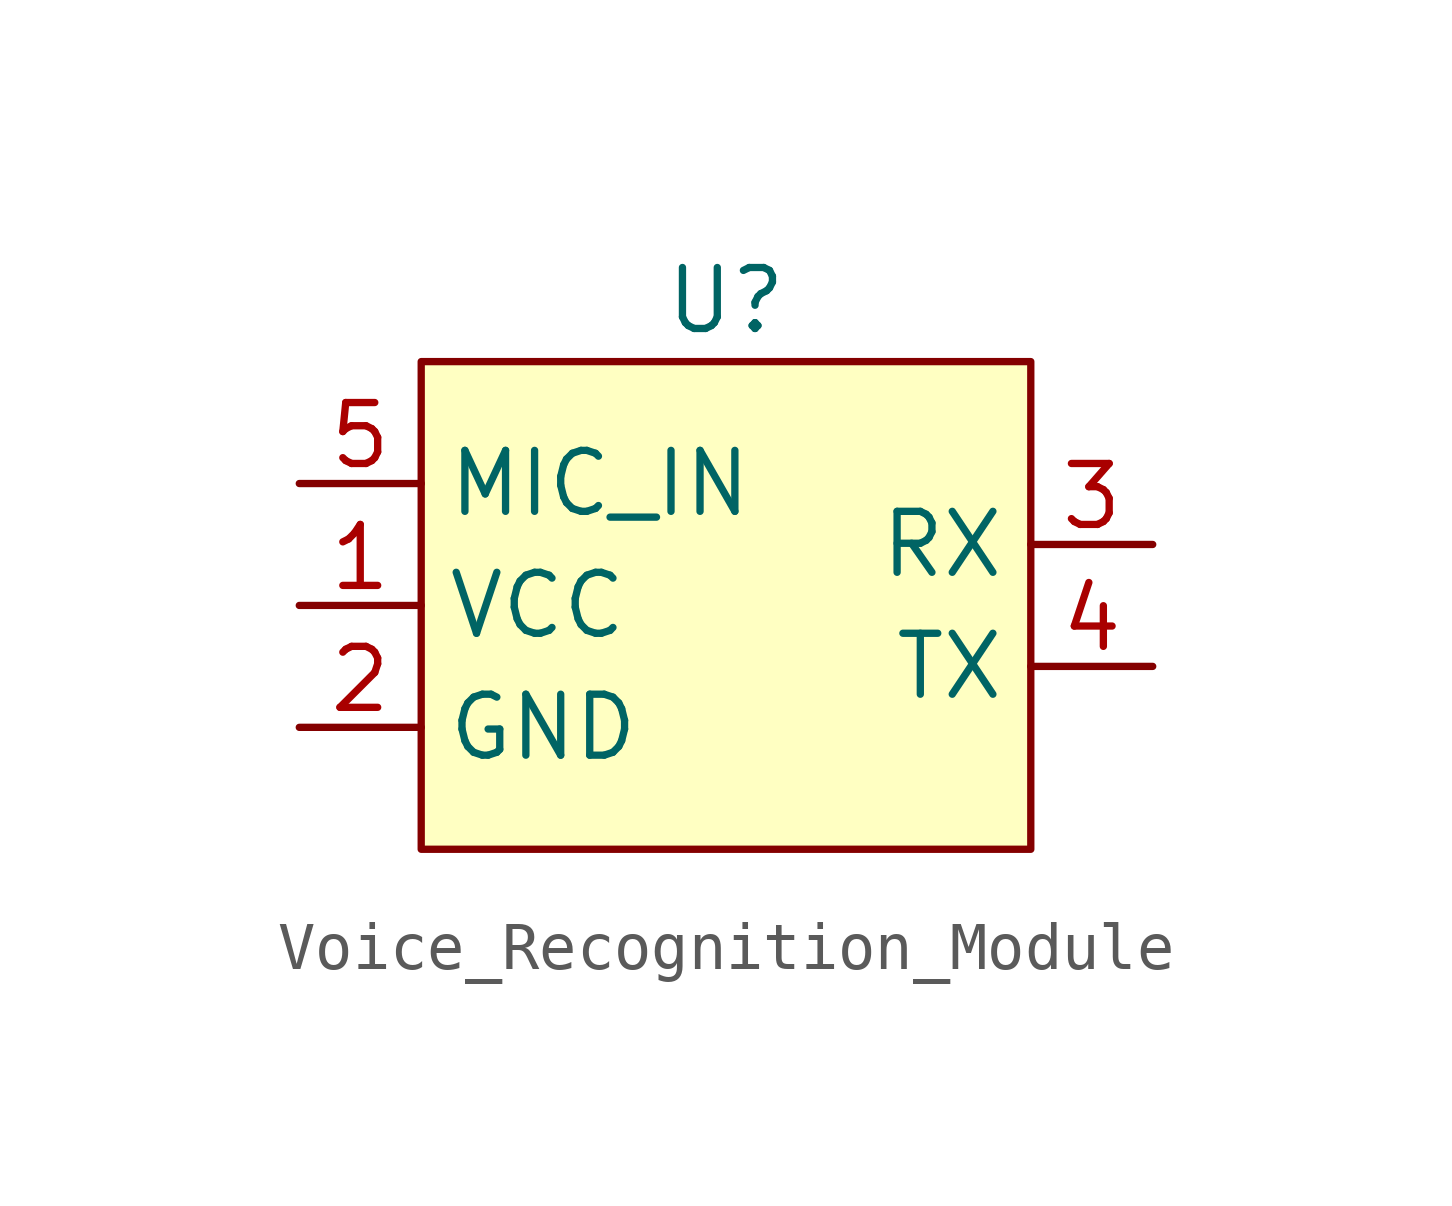
<source format=kicad_sym>
(kicad_symbol_lib
  (version 20220914)
  (generator kicad_symbol_editor)
  (symbol "Voice_Recognition_Module"
    (property "Reference" "U"
      (at 0 6.35 0)
      (effects (font (size 1.27 1.27))))
    (property "Value" ""
      (at 0 0 0)
      (effects (font (size 1.27 1.27))))
    (symbol "Voice_Recognition_Module_1_1"
      (rectangle (start -6.35 5.08) (end 6.35 -5.08) (stroke (width 0) (type default)) (fill (type background)))
      (pin power_in line (at -8.89 0 0) (length 2.54) (name "VCC" (effects (font (size 1.27 1.27)))) (number "1" (effects (font (size 1.27 1.27)))))
      (pin power_in line (at -8.89 -2.54 0) (length 2.54) (name "GND" (effects (font (size 1.27 1.27)))) (number "2" (effects (font (size 1.27 1.27)))))
      (pin input line (at 8.89 1.27 180) (length 2.54) (name "RX" (effects (font (size 1.27 1.27)))) (number "3" (effects (font (size 1.27 1.27)))))
      (pin output line (at 8.89 -1.27 180) (length 2.54) (name "TX" (effects (font (size 1.27 1.27)))) (number "4" (effects (font (size 1.27 1.27)))))
      (pin input line (at -8.89 2.54 0) (length 2.54) (name "MIC_IN" (effects (font (size 1.27 1.27)))) (number "5" (effects (font (size 1.27 1.27))))))))
</source>
